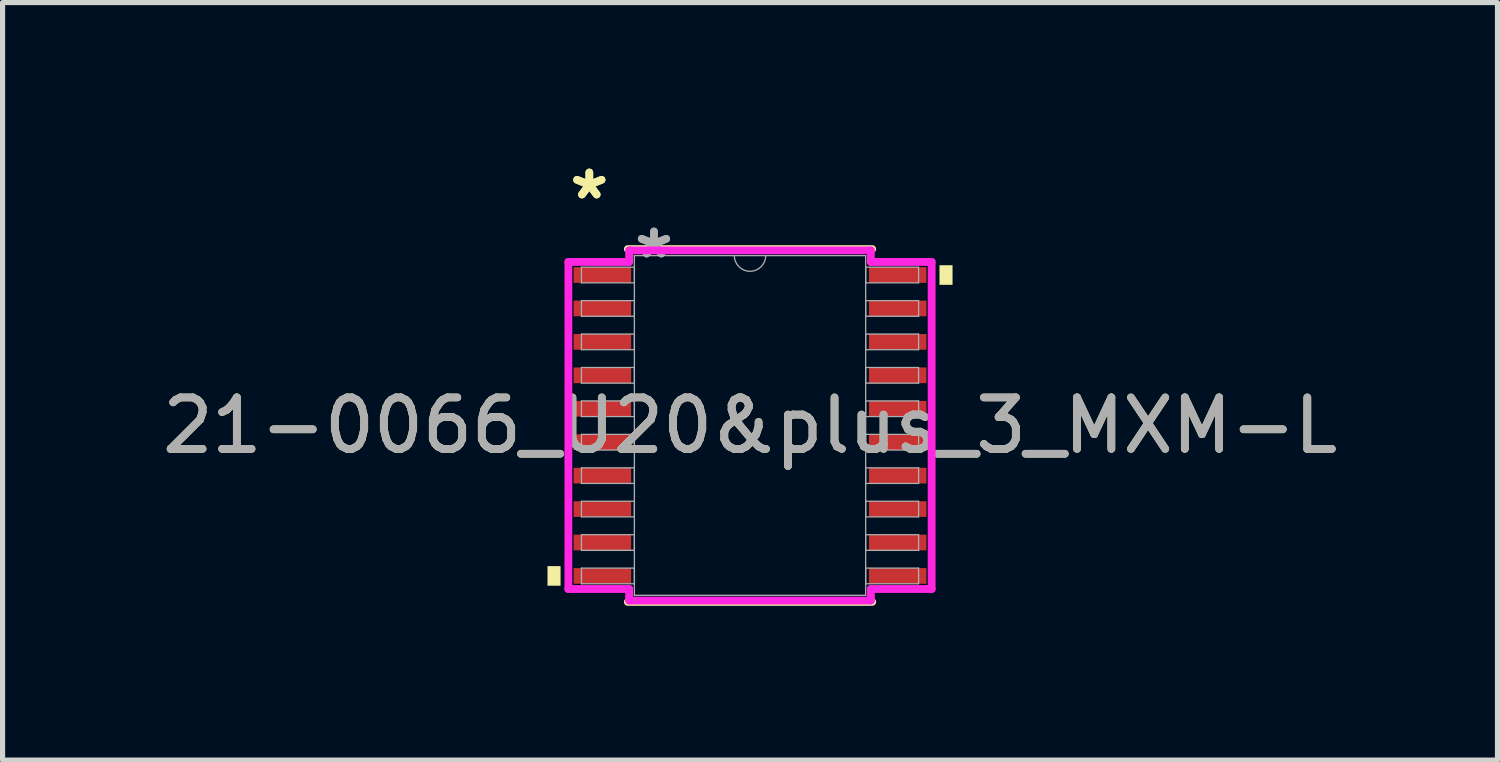
<source format=kicad_pcb>
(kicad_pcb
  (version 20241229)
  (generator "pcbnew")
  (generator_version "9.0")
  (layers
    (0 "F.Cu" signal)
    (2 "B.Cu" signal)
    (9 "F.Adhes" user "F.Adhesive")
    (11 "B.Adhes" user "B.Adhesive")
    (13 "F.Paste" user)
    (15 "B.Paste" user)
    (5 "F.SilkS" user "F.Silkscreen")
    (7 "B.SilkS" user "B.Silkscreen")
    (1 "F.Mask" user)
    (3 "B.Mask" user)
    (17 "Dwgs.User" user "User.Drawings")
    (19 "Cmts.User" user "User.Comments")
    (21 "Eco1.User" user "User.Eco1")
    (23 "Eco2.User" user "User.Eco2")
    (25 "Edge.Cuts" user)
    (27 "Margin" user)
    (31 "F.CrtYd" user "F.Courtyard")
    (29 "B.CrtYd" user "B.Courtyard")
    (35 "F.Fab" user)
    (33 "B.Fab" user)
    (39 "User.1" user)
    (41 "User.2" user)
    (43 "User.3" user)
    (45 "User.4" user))
  (footprint "21-0066_U20&plus_3_MXM-L"
    (layer "F.Cu")
    (at 11.53 5.221)
    (property "Reference" "21-0066_U20&plus_3_MXM-L" (at 0 0 0) (unlocked yes) (layer "F.SilkS") (effects (font (size 1 1) (thickness 0.15))))
    (attr smd)
    (fp_line (start -2.375 3.429) (end 2.375 3.429) (stroke (width 0.152) (type solid)) (layer "F.SilkS"))
    (fp_line (start 2.375 -3.429) (end -2.375 -3.429) (stroke (width 0.152) (type solid)) (layer "F.SilkS"))
    (fp_poly (pts (xy -3.937 2.734) (xy -3.937 3.115) (xy -3.683 3.115) (xy -3.683 2.734)) (stroke (width 0) (type solid)) (fill yes) (layer "F.SilkS"))
    (fp_poly (pts (xy 3.937 -3.115) (xy 3.937 -2.734) (xy 3.683 -2.734) (xy 3.683 -3.115)) (stroke (width 0) (type solid)) (fill yes) (layer "F.SilkS"))
    (fp_line (start -3.531 -3.179) (end -2.349 -3.179) (stroke (width 0.152) (type solid)) (layer "F.CrtYd"))
    (fp_line (start -3.531 3.179) (end -3.531 -3.179) (stroke (width 0.152) (type solid)) (layer "F.CrtYd"))
    (fp_line (start -3.531 3.179) (end -2.349 3.179) (stroke (width 0.152) (type solid)) (layer "F.CrtYd"))
    (fp_line (start -2.349 -3.404) (end 2.349 -3.404) (stroke (width 0.152) (type solid)) (layer "F.CrtYd"))
    (fp_line (start -2.349 -3.179) (end -2.349 -3.404) (stroke (width 0.152) (type solid)) (layer "F.CrtYd"))
    (fp_line (start -2.349 3.404) (end -2.349 3.179) (stroke (width 0.152) (type solid)) (layer "F.CrtYd"))
    (fp_line (start 2.349 -3.404) (end 2.349 -3.179) (stroke (width 0.152) (type solid)) (layer "F.CrtYd"))
    (fp_line (start 2.349 3.179) (end 2.349 3.404) (stroke (width 0.152) (type solid)) (layer "F.CrtYd"))
    (fp_line (start 2.349 3.404) (end -2.349 3.404) (stroke (width 0.152) (type solid)) (layer "F.CrtYd"))
    (fp_line (start 3.531 -3.179) (end 2.349 -3.179) (stroke (width 0.152) (type solid)) (layer "F.CrtYd"))
    (fp_line (start 3.531 -3.179) (end 3.531 3.179) (stroke (width 0.152) (type solid)) (layer "F.CrtYd"))
    (fp_line (start 3.531 3.179) (end 2.349 3.179) (stroke (width 0.152) (type solid)) (layer "F.CrtYd"))
    (fp_line (start -3.277 -3.077) (end -3.277 -2.773) (stroke (width 0.025) (type solid)) (layer "F.Fab"))
    (fp_line (start -3.277 -2.773) (end -2.248 -2.773) (stroke (width 0.025) (type solid)) (layer "F.Fab"))
    (fp_line (start -3.277 -2.427) (end -3.277 -2.123) (stroke (width 0.025) (type solid)) (layer "F.Fab"))
    (fp_line (start -3.277 -2.123) (end -2.248 -2.123) (stroke (width 0.025) (type solid)) (layer "F.Fab"))
    (fp_line (start -3.277 -1.777) (end -3.277 -1.473) (stroke (width 0.025) (type solid)) (layer "F.Fab"))
    (fp_line (start -3.277 -1.473) (end -2.248 -1.473) (stroke (width 0.025) (type solid)) (layer "F.Fab"))
    (fp_line (start -3.277 -1.127) (end -3.277 -0.823) (stroke (width 0.025) (type solid)) (layer "F.Fab"))
    (fp_line (start -3.277 -0.823) (end -2.248 -0.823) (stroke (width 0.025) (type solid)) (layer "F.Fab"))
    (fp_line (start -3.277 -0.477) (end -3.277 -0.173) (stroke (width 0.025) (type solid)) (layer "F.Fab"))
    (fp_line (start -3.277 -0.173) (end -2.248 -0.173) (stroke (width 0.025) (type solid)) (layer "F.Fab"))
    (fp_line (start -3.277 0.173) (end -3.277 0.477) (stroke (width 0.025) (type solid)) (layer "F.Fab"))
    (fp_line (start -3.277 0.477) (end -2.248 0.477) (stroke (width 0.025) (type solid)) (layer "F.Fab"))
    (fp_line (start -3.277 0.823) (end -3.277 1.127) (stroke (width 0.025) (type solid)) (layer "F.Fab"))
    (fp_line (start -3.277 1.127) (end -2.248 1.127) (stroke (width 0.025) (type solid)) (layer "F.Fab"))
    (fp_line (start -3.277 1.473) (end -3.277 1.777) (stroke (width 0.025) (type solid)) (layer "F.Fab"))
    (fp_line (start -3.277 1.777) (end -2.248 1.777) (stroke (width 0.025) (type solid)) (layer "F.Fab"))
    (fp_line (start -3.277 2.123) (end -3.277 2.427) (stroke (width 0.025) (type solid)) (layer "F.Fab"))
    (fp_line (start -3.277 2.427) (end -2.248 2.427) (stroke (width 0.025) (type solid)) (layer "F.Fab"))
    (fp_line (start -3.277 2.773) (end -3.277 3.077) (stroke (width 0.025) (type solid)) (layer "F.Fab"))
    (fp_line (start -3.277 3.077) (end -2.248 3.077) (stroke (width 0.025) (type solid)) (layer "F.Fab"))
    (fp_line (start -2.248 -3.302) (end -2.248 3.302) (stroke (width 0.025) (type solid)) (layer "F.Fab"))
    (fp_line (start -2.248 -3.077) (end -3.277 -3.077) (stroke (width 0.025) (type solid)) (layer "F.Fab"))
    (fp_line (start -2.248 -2.773) (end -2.248 -3.077) (stroke (width 0.025) (type solid)) (layer "F.Fab"))
    (fp_line (start -2.248 -2.427) (end -3.277 -2.427) (stroke (width 0.025) (type solid)) (layer "F.Fab"))
    (fp_line (start -2.248 -2.123) (end -2.248 -2.427) (stroke (width 0.025) (type solid)) (layer "F.Fab"))
    (fp_line (start -2.248 -1.777) (end -3.277 -1.777) (stroke (width 0.025) (type solid)) (layer "F.Fab"))
    (fp_line (start -2.248 -1.473) (end -2.248 -1.777) (stroke (width 0.025) (type solid)) (layer "F.Fab"))
    (fp_line (start -2.248 -1.127) (end -3.277 -1.127) (stroke (width 0.025) (type solid)) (layer "F.Fab"))
    (fp_line (start -2.248 -0.823) (end -2.248 -1.127) (stroke (width 0.025) (type solid)) (layer "F.Fab"))
    (fp_line (start -2.248 -0.477) (end -3.277 -0.477) (stroke (width 0.025) (type solid)) (layer "F.Fab"))
    (fp_line (start -2.248 -0.173) (end -2.248 -0.477) (stroke (width 0.025) (type solid)) (layer "F.Fab"))
    (fp_line (start -2.248 0.173) (end -3.277 0.173) (stroke (width 0.025) (type solid)) (layer "F.Fab"))
    (fp_line (start -2.248 0.477) (end -2.248 0.173) (stroke (width 0.025) (type solid)) (layer "F.Fab"))
    (fp_line (start -2.248 0.823) (end -3.277 0.823) (stroke (width 0.025) (type solid)) (layer "F.Fab"))
    (fp_line (start -2.248 1.127) (end -2.248 0.823) (stroke (width 0.025) (type solid)) (layer "F.Fab"))
    (fp_line (start -2.248 1.473) (end -3.277 1.473) (stroke (width 0.025) (type solid)) (layer "F.Fab"))
    (fp_line (start -2.248 1.777) (end -2.248 1.473) (stroke (width 0.025) (type solid)) (layer "F.Fab"))
    (fp_line (start -2.248 2.123) (end -3.277 2.123) (stroke (width 0.025) (type solid)) (layer "F.Fab"))
    (fp_line (start -2.248 2.427) (end -2.248 2.123) (stroke (width 0.025) (type solid)) (layer "F.Fab"))
    (fp_line (start -2.248 2.773) (end -3.277 2.773) (stroke (width 0.025) (type solid)) (layer "F.Fab"))
    (fp_line (start -2.248 3.077) (end -2.248 2.773) (stroke (width 0.025) (type solid)) (layer "F.Fab"))
    (fp_line (start -2.248 3.302) (end 2.248 3.302) (stroke (width 0.025) (type solid)) (layer "F.Fab"))
    (fp_line (start 2.248 -3.302) (end -2.248 -3.302) (stroke (width 0.025) (type solid)) (layer "F.Fab"))
    (fp_line (start 2.248 -3.077) (end 2.248 -2.773) (stroke (width 0.025) (type solid)) (layer "F.Fab"))
    (fp_line (start 2.248 -2.773) (end 3.277 -2.773) (stroke (width 0.025) (type solid)) (layer "F.Fab"))
    (fp_line (start 2.248 -2.427) (end 2.248 -2.123) (stroke (width 0.025) (type solid)) (layer "F.Fab"))
    (fp_line (start 2.248 -2.123) (end 3.277 -2.123) (stroke (width 0.025) (type solid)) (layer "F.Fab"))
    (fp_line (start 2.248 -1.777) (end 2.248 -1.473) (stroke (width 0.025) (type solid)) (layer "F.Fab"))
    (fp_line (start 2.248 -1.473) (end 3.277 -1.473) (stroke (width 0.025) (type solid)) (layer "F.Fab"))
    (fp_line (start 2.248 -1.127) (end 2.248 -0.823) (stroke (width 0.025) (type solid)) (layer "F.Fab"))
    (fp_line (start 2.248 -0.823) (end 3.277 -0.823) (stroke (width 0.025) (type solid)) (layer "F.Fab"))
    (fp_line (start 2.248 -0.477) (end 2.248 -0.173) (stroke (width 0.025) (type solid)) (layer "F.Fab"))
    (fp_line (start 2.248 -0.173) (end 3.277 -0.173) (stroke (width 0.025) (type solid)) (layer "F.Fab"))
    (fp_line (start 2.248 0.173) (end 2.248 0.477) (stroke (width 0.025) (type solid)) (layer "F.Fab"))
    (fp_line (start 2.248 0.477) (end 3.277 0.477) (stroke (width 0.025) (type solid)) (layer "F.Fab"))
    (fp_line (start 2.248 0.823) (end 2.248 1.127) (stroke (width 0.025) (type solid)) (layer "F.Fab"))
    (fp_line (start 2.248 1.127) (end 3.277 1.127) (stroke (width 0.025) (type solid)) (layer "F.Fab"))
    (fp_line (start 2.248 1.473) (end 2.248 1.777) (stroke (width 0.025) (type solid)) (layer "F.Fab"))
    (fp_line (start 2.248 1.777) (end 3.277 1.777) (stroke (width 0.025) (type solid)) (layer "F.Fab"))
    (fp_line (start 2.248 2.123) (end 2.248 2.427) (stroke (width 0.025) (type solid)) (layer "F.Fab"))
    (fp_line (start 2.248 2.427) (end 3.277 2.427) (stroke (width 0.025) (type solid)) (layer "F.Fab"))
    (fp_line (start 2.248 2.773) (end 2.248 3.077) (stroke (width 0.025) (type solid)) (layer "F.Fab"))
    (fp_line (start 2.248 3.077) (end 3.277 3.077) (stroke (width 0.025) (type solid)) (layer "F.Fab"))
    (fp_line (start 2.248 3.302) (end 2.248 -3.302) (stroke (width 0.025) (type solid)) (layer "F.Fab"))
    (fp_line (start 3.277 -3.077) (end 2.248 -3.077) (stroke (width 0.025) (type solid)) (layer "F.Fab"))
    (fp_line (start 3.277 -2.773) (end 3.277 -3.077) (stroke (width 0.025) (type solid)) (layer "F.Fab"))
    (fp_line (start 3.277 -2.427) (end 2.248 -2.427) (stroke (width 0.025) (type solid)) (layer "F.Fab"))
    (fp_line (start 3.277 -2.123) (end 3.277 -2.427) (stroke (width 0.025) (type solid)) (layer "F.Fab"))
    (fp_line (start 3.277 -1.777) (end 2.248 -1.777) (stroke (width 0.025) (type solid)) (layer "F.Fab"))
    (fp_line (start 3.277 -1.473) (end 3.277 -1.777) (stroke (width 0.025) (type solid)) (layer "F.Fab"))
    (fp_line (start 3.277 -1.127) (end 2.248 -1.127) (stroke (width 0.025) (type solid)) (layer "F.Fab"))
    (fp_line (start 3.277 -0.823) (end 3.277 -1.127) (stroke (width 0.025) (type solid)) (layer "F.Fab"))
    (fp_line (start 3.277 -0.477) (end 2.248 -0.477) (stroke (width 0.025) (type solid)) (layer "F.Fab"))
    (fp_line (start 3.277 -0.173) (end 3.277 -0.477) (stroke (width 0.025) (type solid)) (layer "F.Fab"))
    (fp_line (start 3.277 0.173) (end 2.248 0.173) (stroke (width 0.025) (type solid)) (layer "F.Fab"))
    (fp_line (start 3.277 0.477) (end 3.277 0.173) (stroke (width 0.025) (type solid)) (layer "F.Fab"))
    (fp_line (start 3.277 0.823) (end 2.248 0.823) (stroke (width 0.025) (type solid)) (layer "F.Fab"))
    (fp_line (start 3.277 1.127) (end 3.277 0.823) (stroke (width 0.025) (type solid)) (layer "F.Fab"))
    (fp_line (start 3.277 1.473) (end 2.248 1.473) (stroke (width 0.025) (type solid)) (layer "F.Fab"))
    (fp_line (start 3.277 1.777) (end 3.277 1.473) (stroke (width 0.025) (type solid)) (layer "F.Fab"))
    (fp_line (start 3.277 2.123) (end 2.248 2.123) (stroke (width 0.025) (type solid)) (layer "F.Fab"))
    (fp_line (start 3.277 2.427) (end 3.277 2.123) (stroke (width 0.025) (type solid)) (layer "F.Fab"))
    (fp_line (start 3.277 2.773) (end 2.248 2.773) (stroke (width 0.025) (type solid)) (layer "F.Fab"))
    (fp_line (start 3.277 3.077) (end 3.277 2.773) (stroke (width 0.025) (type solid)) (layer "F.Fab"))
    (fp_arc (start 0.3048 -3.302) (mid 0 -2.9972) (end -0.3048 -3.302) (stroke (width 0.0254) (type solid)) (layer "F.Fab"))
    (fp_text user "*" (at -3.124 -4.373 0) (unlocked yes) (layer "F.SilkS") (effects (font (size 1 1) (thickness 0.15))))
    (fp_text user "*" (at -3.124 -4.373 0) (layer "F.SilkS") (effects (font (size 1 1) (thickness 0.15))))
    (fp_text user "*" (at -1.867 -3.226 0) (layer "F.Fab") (effects (font (size 1 1) (thickness 0.15))))
    (fp_text user "*" (at -1.867 -3.226 0) (unlocked yes) (layer "F.Fab") (effects (font (size 1 1) (thickness 0.15))))
    (fp_text user "${REFERENCE}" (at 0 0 0) (unlocked yes) (layer "F.Fab") (effects (font (size 1 1) (thickness 0.15))))
    (pad "1" smd rect (at -2.87 -2.925) (size 1.118 0.305) (layers "F.Cu" "F.Mask" "F.Paste"))
    (pad "2" smd rect (at -2.87 -2.275) (size 1.118 0.305) (layers "F.Cu" "F.Mask" "F.Paste"))
    (pad "3" smd rect (at -2.87 -1.625) (size 1.118 0.305) (layers "F.Cu" "F.Mask" "F.Paste"))
    (pad "4" smd rect (at -2.87 -0.975) (size 1.118 0.305) (layers "F.Cu" "F.Mask" "F.Paste"))
    (pad "5" smd rect (at -2.87 -0.325) (size 1.118 0.305) (layers "F.Cu" "F.Mask" "F.Paste"))
    (pad "6" smd rect (at -2.87 0.325) (size 1.118 0.305) (layers "F.Cu" "F.Mask" "F.Paste"))
    (pad "7" smd rect (at -2.87 0.975) (size 1.118 0.305) (layers "F.Cu" "F.Mask" "F.Paste"))
    (pad "8" smd rect (at -2.87 1.625) (size 1.118 0.305) (layers "F.Cu" "F.Mask" "F.Paste"))
    (pad "9" smd rect (at -2.87 2.275) (size 1.118 0.305) (layers "F.Cu" "F.Mask" "F.Paste"))
    (pad "10" smd rect (at -2.87 2.925) (size 1.118 0.305) (layers "F.Cu" "F.Mask" "F.Paste"))
    (pad "11" smd rect (at 2.87 2.925) (size 1.118 0.305) (layers "F.Cu" "F.Mask" "F.Paste"))
    (pad "12" smd rect (at 2.87 2.275) (size 1.118 0.305) (layers "F.Cu" "F.Mask" "F.Paste"))
    (pad "13" smd rect (at 2.87 1.625) (size 1.118 0.305) (layers "F.Cu" "F.Mask" "F.Paste"))
    (pad "14" smd rect (at 2.87 0.975) (size 1.118 0.305) (layers "F.Cu" "F.Mask" "F.Paste"))
    (pad "15" smd rect (at 2.87 0.325) (size 1.118 0.305) (layers "F.Cu" "F.Mask" "F.Paste"))
    (pad "16" smd rect (at 2.87 -0.325) (size 1.118 0.305) (layers "F.Cu" "F.Mask" "F.Paste"))
    (pad "17" smd rect (at 2.87 -0.975) (size 1.118 0.305) (layers "F.Cu" "F.Mask" "F.Paste"))
    (pad "18" smd rect (at 2.87 -1.625) (size 1.118 0.305) (layers "F.Cu" "F.Mask" "F.Paste"))
    (pad "19" smd rect (at 2.87 -2.275) (size 1.118 0.305) (layers "F.Cu" "F.Mask" "F.Paste"))
    (pad "20" smd rect (at 2.87 -2.925) (size 1.118 0.305) (layers "F.Cu" "F.Mask" "F.Paste")))
  (gr_rect
    (start -3 -3)
    (end 26.06 11.726)
    (stroke (width 0.1) (type default))
    (fill no)
    (layer "Edge.Cuts")))
</source>
